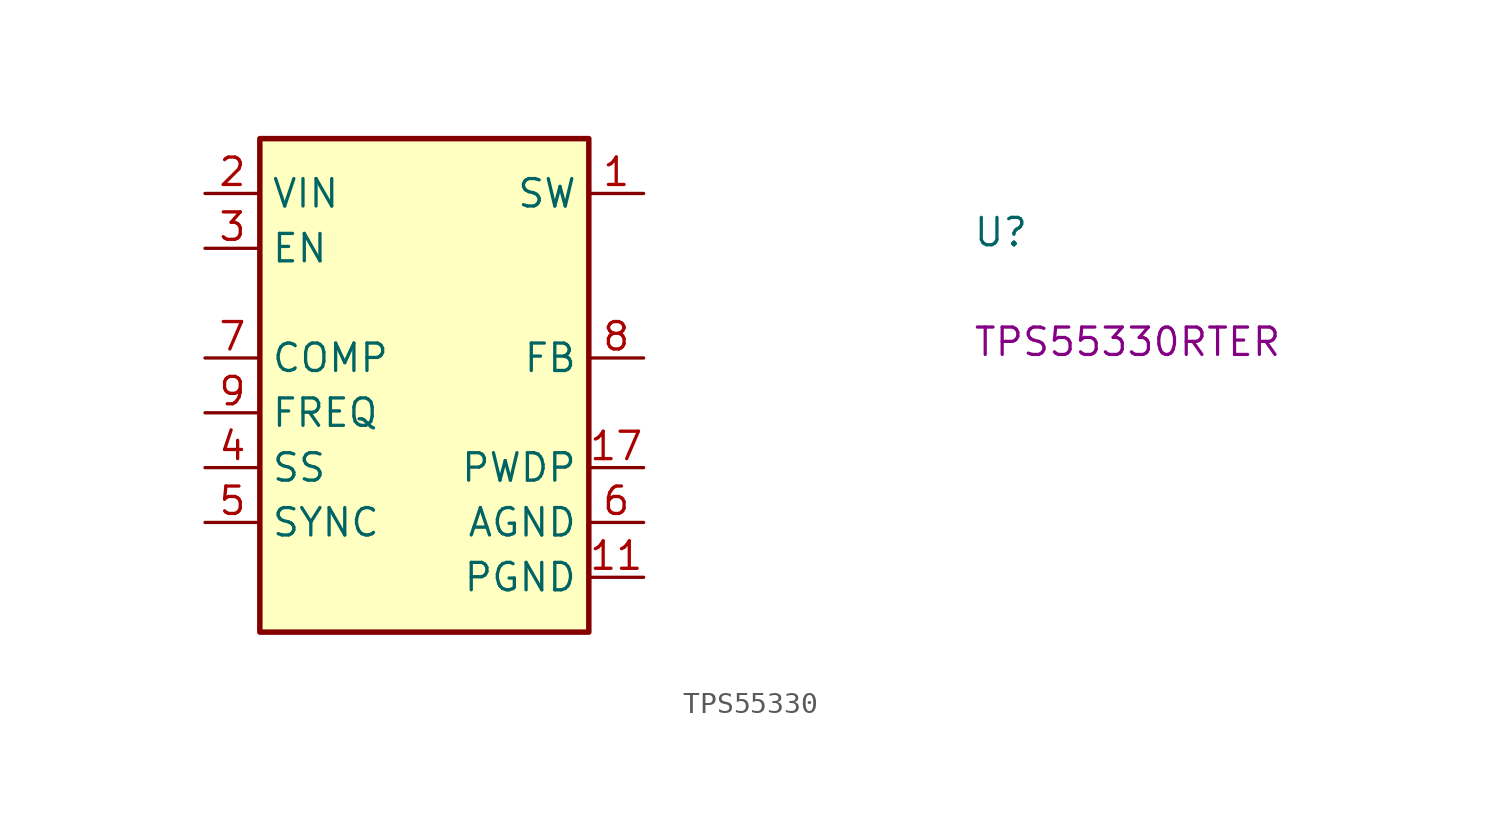
<source format=kicad_sym>
(kicad_symbol_lib
  (version 20220914)
  (generator kicad_symbol_editor)
  (symbol "TPS55330"
    (property "Reference" "U"
      (at 35.56 -2.54 0)
      (effects (font (size 1.27 1.27) (thickness 0.15)) (justify left bottom)))
    (property "MPN" "TPS55330RTER "
      (at 35.56 -7.62 0)
      (effects (font (size 1.27 1.27) (thickness 0.15)) (justify left bottom)))
    (symbol "TPS55330_1_1"
      (rectangle (start 2.54 2.54) (end 17.78 -20.32) (stroke (width 0.254) (type default)) (fill (type background)))
      (pin power_out line (at 20.32 0 180) (length 2.54) (name "SW" (effects (font (size 1.27 1.27)))) (number "1" (effects (font (size 1.27 1.27)))))
      (pin no_connect line (at 2.54 -17.78 0) (length 2.54) hide (name "NC" (effects (font (size 1.27 1.27)))) (number "10" (effects (font (size 1.27 1.27)))))
      (pin power_in line (at 20.32 -17.78 180) (length 2.54) (name "PGND" (effects (font (size 1.27 1.27)))) (number "11" (effects (font (size 1.27 1.27)))))
      (pin passive line (at 20.32 -17.78 180) (length 2.54) hide (name "PGND" (effects (font (size 1.27 1.27)))) (number "12" (effects (font (size 1.27 1.27)))))
      (pin passive line (at 20.32 -17.78 180) (length 2.54) hide (name "PGND" (effects (font (size 1.27 1.27)))) (number "13" (effects (font (size 1.27 1.27)))))
      (pin no_connect line (at 2.54 -17.78 0) (length 2.54) hide (name "NC" (effects (font (size 1.27 1.27)))) (number "14" (effects (font (size 1.27 1.27)))))
      (pin passive line (at 20.32 0 180) (length 2.54) hide (name "SW" (effects (font (size 1.27 1.27)))) (number "15" (effects (font (size 1.27 1.27)))))
      (pin passive line (at 20.32 0 180) (length 2.54) hide (name "SW" (effects (font (size 1.27 1.27)))) (number "16" (effects (font (size 1.27 1.27)))))
      (pin power_in line (at 20.32 -12.7 180) (length 2.54) (name "PWDP" (effects (font (size 1.27 1.27)))) (number "17" (effects (font (size 1.27 1.27)))))
      (pin power_in line (at 0 0 0) (length 2.54) (name "VIN" (effects (font (size 1.27 1.27)))) (number "2" (effects (font (size 1.27 1.27)))))
      (pin input line (at 0 -2.54 0) (length 2.54) (name "EN" (effects (font (size 1.27 1.27)))) (number "3" (effects (font (size 1.27 1.27)))))
      (pin input line (at 0 -12.7 0) (length 2.54) (name "SS" (effects (font (size 1.27 1.27)))) (number "4" (effects (font (size 1.27 1.27)))))
      (pin input line (at 0 -15.24 0) (length 2.54) (name "SYNC" (effects (font (size 1.27 1.27)))) (number "5" (effects (font (size 1.27 1.27)))))
      (pin power_in line (at 20.32 -15.24 180) (length 2.54) (name "AGND" (effects (font (size 1.27 1.27)))) (number "6" (effects (font (size 1.27 1.27)))))
      (pin output line (at 0 -7.62 0) (length 2.54) (name "COMP" (effects (font (size 1.27 1.27)))) (number "7" (effects (font (size 1.27 1.27)))))
      (pin input line (at 20.32 -7.62 180) (length 2.54) (name "FB" (effects (font (size 1.27 1.27)))) (number "8" (effects (font (size 1.27 1.27)))))
      (pin input line (at 0 -10.16 0) (length 2.54) (name "FREQ" (effects (font (size 1.27 1.27)))) (number "9" (effects (font (size 1.27 1.27))))))))
</source>
